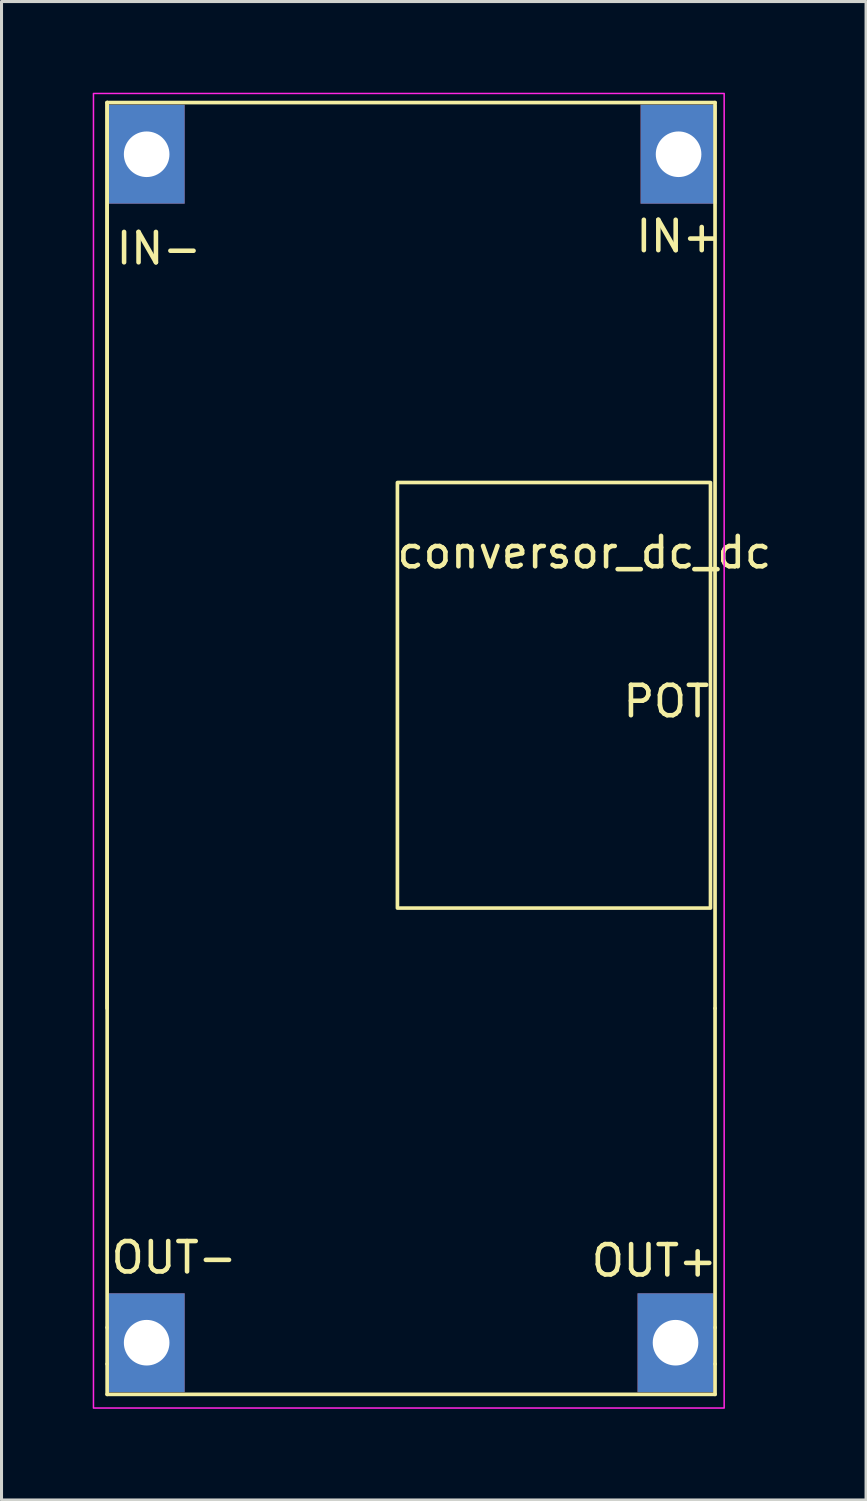
<source format=kicad_pcb>
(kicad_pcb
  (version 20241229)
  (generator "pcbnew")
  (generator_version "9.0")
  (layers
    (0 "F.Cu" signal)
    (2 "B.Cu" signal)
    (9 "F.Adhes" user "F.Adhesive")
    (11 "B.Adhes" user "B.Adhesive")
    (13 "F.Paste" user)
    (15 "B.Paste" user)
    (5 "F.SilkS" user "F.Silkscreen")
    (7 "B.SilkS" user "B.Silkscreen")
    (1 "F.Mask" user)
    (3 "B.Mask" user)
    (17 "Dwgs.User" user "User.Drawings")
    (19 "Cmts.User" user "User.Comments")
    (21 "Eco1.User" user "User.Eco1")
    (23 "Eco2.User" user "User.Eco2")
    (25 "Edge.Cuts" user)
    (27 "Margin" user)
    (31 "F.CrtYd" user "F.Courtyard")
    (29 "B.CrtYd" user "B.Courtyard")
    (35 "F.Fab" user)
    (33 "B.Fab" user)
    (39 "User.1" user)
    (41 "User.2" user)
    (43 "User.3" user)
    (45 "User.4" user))
  (footprint "conversor_dc_dc"
    (layer "F.Cu")
    (at 1.775 2.025)
    (property "Reference" "conversor_dc_dc" (at 14.4 13.1 0) (layer "F.SilkS") (effects (font (size 1 1) (thickness 0.15))))
    (attr through_hole)
    (fp_line (start -1.3 -1.7) (end -1.3 28.1) (stroke (width 0.12) (type solid)) (layer "F.SilkS"))
    (fp_line (start -1.3 -1.7) (end -1.3 38.6) (stroke (width 0.12) (type solid)) (layer "F.SilkS"))
    (fp_line (start -1.3 38.6) (end -1.3 39.8) (stroke (width 0.12) (type solid)) (layer "F.SilkS"))
    (fp_line (start -1.3 39.8) (end -1.3 40.8) (stroke (width 0.12) (type solid)) (layer "F.SilkS"))
    (fp_line (start -1.3 40.8) (end 18.7 40.8) (stroke (width 0.12) (type solid)) (layer "F.SilkS"))
    (fp_line (start 18.7 -1.7) (end -1.3 -1.7) (stroke (width 0.12) (type solid)) (layer "F.SilkS"))
    (fp_line (start 18.7 -1.7) (end 18.7 28.1) (stroke (width 0.12) (type solid)) (layer "F.SilkS"))
    (fp_line (start 18.7 28.1) (end 18.7 38.6) (stroke (width 0.12) (type solid)) (layer "F.SilkS"))
    (fp_line (start 18.7 38.6) (end 18.7 39.8) (stroke (width 0.12) (type solid)) (layer "F.SilkS"))
    (fp_line (start 18.7 40.8) (end 18.7 39.8) (stroke (width 0.12) (type solid)) (layer "F.SilkS"))
    (fp_rect (start 18.55 10.8) (end 8.25 24.8) (stroke (width 0.12) (type solid)) (fill no) (layer "F.SilkS"))
    (fp_rect (start -1.75 -2) (end 19 41.25) (stroke (width 0.05) (type solid)) (fill no) (layer "F.CrtYd"))
    (fp_text user "IN-" (at 0.4 3.1 0) (layer "F.SilkS") (effects (font (size 1 1) (thickness 0.15))))
    (fp_text user "OUT+" (at 16.7 36.4 180) (layer "F.SilkS") (effects (font (size 1 1) (thickness 0.15))))
    (fp_text user "POT" (at 17.1 18 0) (unlocked yes) (layer "F.SilkS") (effects (font (size 1 1) (thickness 0.15))))
    (fp_text user "IN+" (at 17.5 2.7 0) (layer "F.SilkS") (effects (font (size 1 1) (thickness 0.15))))
    (fp_text user "OUT-" (at 0.9 36.3 180) (layer "F.SilkS") (effects (font (size 1 1) (thickness 0.15))))
    (pad "1" thru_hole rect (at 0 0) (size 2.5 3.25) (drill 1.5) (layers "*.Cu" "*.Mask"))
    (pad "2" thru_hole rect (at 0 39.1) (size 2.5 3.25) (drill 1.5) (layers "*.Cu" "*.Mask"))
    (pad "3" thru_hole rect (at 17.5 0) (size 2.5 3.25) (drill 1.5) (layers "*.Cu" "*.Mask"))
    (pad "4" thru_hole rect (at 17.4 39.1) (size 2.5 3.25) (drill 1.5) (layers "*.Cu" "*.Mask")))
  (gr_rect
    (start -3 -3)
    (end 25.443 46.3)
    (stroke (width 0.1) (type default))
    (fill no)
    (layer "Edge.Cuts")))
</source>
